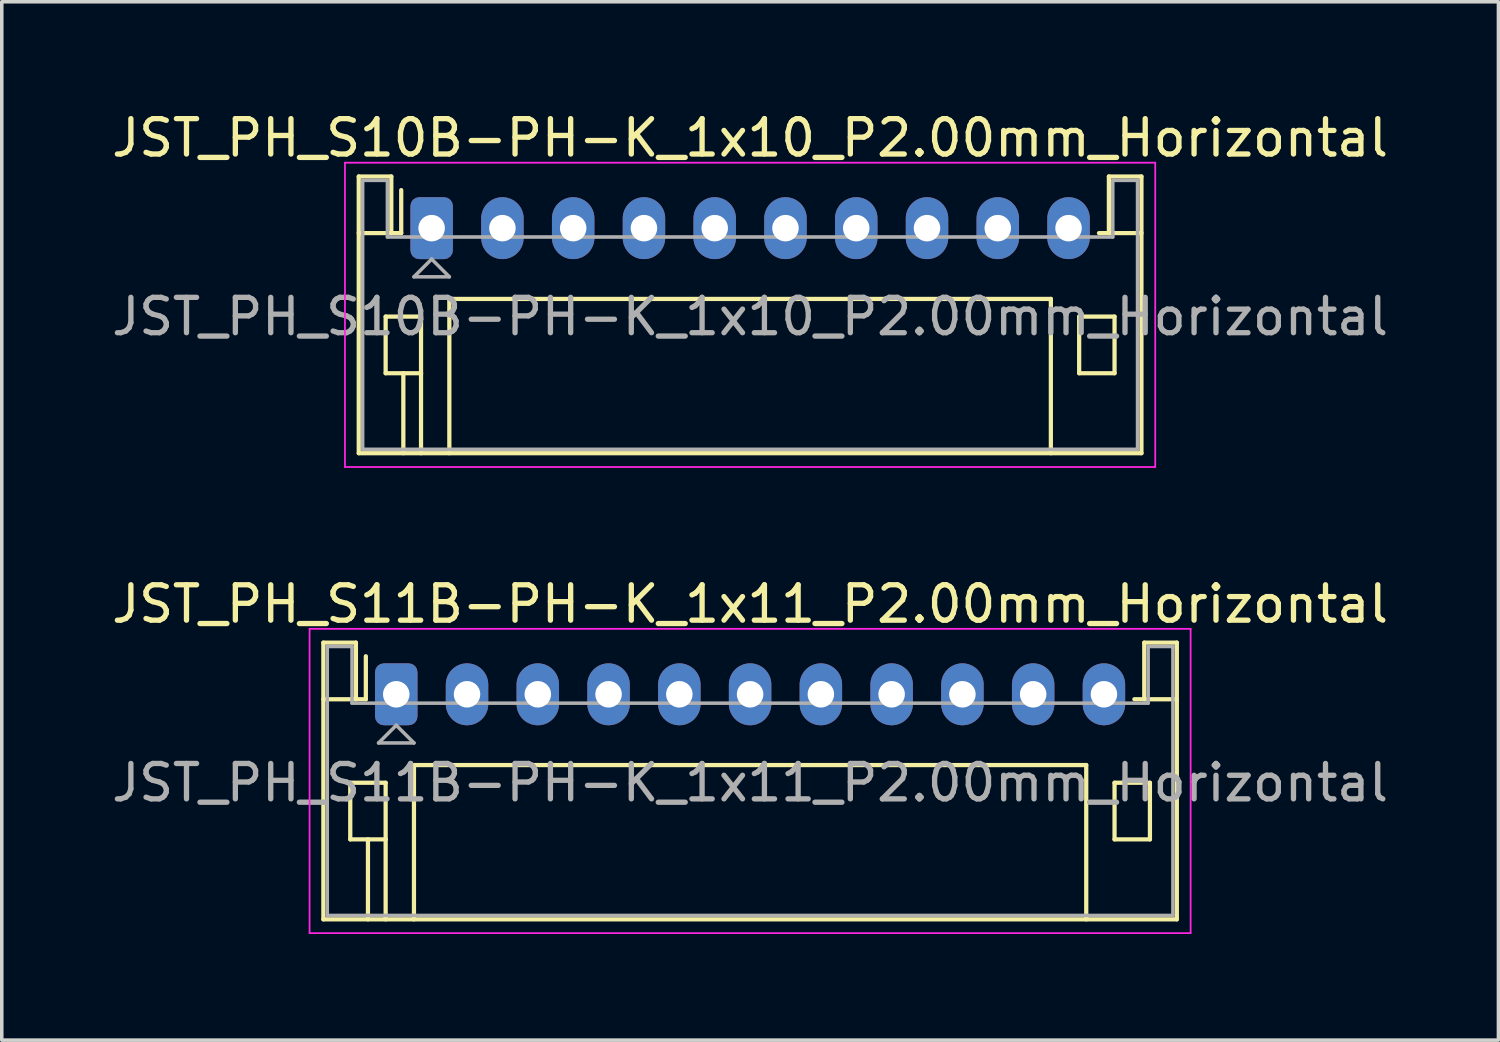
<source format=kicad_pcb>
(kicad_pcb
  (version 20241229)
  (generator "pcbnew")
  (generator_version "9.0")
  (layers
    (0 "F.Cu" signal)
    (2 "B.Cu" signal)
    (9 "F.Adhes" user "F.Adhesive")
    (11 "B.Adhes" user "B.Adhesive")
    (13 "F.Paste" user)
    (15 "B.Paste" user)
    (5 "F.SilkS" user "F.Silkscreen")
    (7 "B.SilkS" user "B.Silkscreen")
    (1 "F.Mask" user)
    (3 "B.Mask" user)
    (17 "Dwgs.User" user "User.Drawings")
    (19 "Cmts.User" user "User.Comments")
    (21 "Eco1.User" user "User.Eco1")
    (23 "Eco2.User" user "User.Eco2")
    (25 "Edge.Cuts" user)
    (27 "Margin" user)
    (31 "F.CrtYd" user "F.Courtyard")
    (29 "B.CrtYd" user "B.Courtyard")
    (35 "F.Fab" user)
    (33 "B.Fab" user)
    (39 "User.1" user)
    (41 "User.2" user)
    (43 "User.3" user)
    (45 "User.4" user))
  (footprint "JST_PH_S10B-PH-K_1x10_P2.00mm_Horizontal"
    (layer "F.Cu")
    (at 9.149 3.398)
    (property "Reference" "JST_PH_S10B-PH-K_1x10_P2.00mm_Horizontal" (at 9 -2.55 0) (layer "F.SilkS") (effects (font (size 1 1) (thickness 0.15))))
    (attr through_hole)
    (fp_line (start -2.06 -1.46) (end -2.06 6.36) (stroke (width 0.12) (type solid)) (layer "F.SilkS"))
    (fp_line (start -2.06 0.14) (end -1.14 0.14) (stroke (width 0.12) (type solid)) (layer "F.SilkS"))
    (fp_line (start -2.06 6.36) (end 20.06 6.36) (stroke (width 0.12) (type solid)) (layer "F.SilkS"))
    (fp_line (start -1.3 2.5) (end -1.3 4.1) (stroke (width 0.12) (type solid)) (layer "F.SilkS"))
    (fp_line (start -1.3 4.1) (end -0.3 4.1) (stroke (width 0.12) (type solid)) (layer "F.SilkS"))
    (fp_line (start -1.14 -1.46) (end -2.06 -1.46) (stroke (width 0.12) (type solid)) (layer "F.SilkS"))
    (fp_line (start -1.14 0.14) (end -1.14 -1.46) (stroke (width 0.12) (type solid)) (layer "F.SilkS"))
    (fp_line (start -0.86 0.14) (end -1.14 0.14) (stroke (width 0.12) (type solid)) (layer "F.SilkS"))
    (fp_line (start -0.86 0.14) (end -0.86 -1.075) (stroke (width 0.12) (type solid)) (layer "F.SilkS"))
    (fp_line (start -0.8 4.1) (end -0.8 6.36) (stroke (width 0.12) (type solid)) (layer "F.SilkS"))
    (fp_line (start -0.3 2.5) (end -1.3 2.5) (stroke (width 0.12) (type solid)) (layer "F.SilkS"))
    (fp_line (start -0.3 4.1) (end -0.3 2.5) (stroke (width 0.12) (type solid)) (layer "F.SilkS"))
    (fp_line (start -0.3 4.1) (end -0.3 6.36) (stroke (width 0.12) (type solid)) (layer "F.SilkS"))
    (fp_line (start 0.5 2) (end 17.5 2) (stroke (width 0.12) (type solid)) (layer "F.SilkS"))
    (fp_line (start 0.5 6.36) (end 0.5 2) (stroke (width 0.12) (type solid)) (layer "F.SilkS"))
    (fp_line (start 17.5 2) (end 17.5 6.36) (stroke (width 0.12) (type solid)) (layer "F.SilkS"))
    (fp_line (start 18.3 2.5) (end 19.3 2.5) (stroke (width 0.12) (type solid)) (layer "F.SilkS"))
    (fp_line (start 18.3 4.1) (end 18.3 2.5) (stroke (width 0.12) (type solid)) (layer "F.SilkS"))
    (fp_line (start 19.14 -1.46) (end 19.14 0.14) (stroke (width 0.12) (type solid)) (layer "F.SilkS"))
    (fp_line (start 19.14 0.14) (end 18.86 0.14) (stroke (width 0.12) (type solid)) (layer "F.SilkS"))
    (fp_line (start 19.3 2.5) (end 19.3 4.1) (stroke (width 0.12) (type solid)) (layer "F.SilkS"))
    (fp_line (start 19.3 4.1) (end 18.3 4.1) (stroke (width 0.12) (type solid)) (layer "F.SilkS"))
    (fp_line (start 20.06 -1.46) (end 19.14 -1.46) (stroke (width 0.12) (type solid)) (layer "F.SilkS"))
    (fp_line (start 20.06 0.14) (end 19.14 0.14) (stroke (width 0.12) (type solid)) (layer "F.SilkS"))
    (fp_line (start 20.06 6.36) (end 20.06 -1.46) (stroke (width 0.12) (type solid)) (layer "F.SilkS"))
    (fp_line (start -2.45 -1.85) (end -2.45 6.75) (stroke (width 0.05) (type solid)) (layer "F.CrtYd"))
    (fp_line (start -2.45 6.75) (end 20.45 6.75) (stroke (width 0.05) (type solid)) (layer "F.CrtYd"))
    (fp_line (start 20.45 -1.85) (end -2.45 -1.85) (stroke (width 0.05) (type solid)) (layer "F.CrtYd"))
    (fp_line (start 20.45 6.75) (end 20.45 -1.85) (stroke (width 0.05) (type solid)) (layer "F.CrtYd"))
    (fp_line (start -1.95 -1.35) (end -1.95 6.25) (stroke (width 0.1) (type solid)) (layer "F.Fab"))
    (fp_line (start -1.95 6.25) (end 19.95 6.25) (stroke (width 0.1) (type solid)) (layer "F.Fab"))
    (fp_line (start -1.25 -1.35) (end -1.95 -1.35) (stroke (width 0.1) (type solid)) (layer "F.Fab"))
    (fp_line (start -1.25 0.25) (end -1.25 -1.35) (stroke (width 0.1) (type solid)) (layer "F.Fab"))
    (fp_line (start -0.5 1.375) (end 0.5 1.375) (stroke (width 0.1) (type solid)) (layer "F.Fab"))
    (fp_line (start 0 0.875) (end -0.5 1.375) (stroke (width 0.1) (type solid)) (layer "F.Fab"))
    (fp_line (start 0.5 1.375) (end 0 0.875) (stroke (width 0.1) (type solid)) (layer "F.Fab"))
    (fp_line (start 19.25 -1.35) (end 19.25 0.25) (stroke (width 0.1) (type solid)) (layer "F.Fab"))
    (fp_line (start 19.25 0.25) (end -1.25 0.25) (stroke (width 0.1) (type solid)) (layer "F.Fab"))
    (fp_line (start 19.95 -1.35) (end 19.25 -1.35) (stroke (width 0.1) (type solid)) (layer "F.Fab"))
    (fp_line (start 19.95 6.25) (end 19.95 -1.35) (stroke (width 0.1) (type solid)) (layer "F.Fab"))
    (fp_text user "${REFERENCE}" (at 9 2.5 0) (layer "F.Fab") (effects (font (size 1 1) (thickness 0.15))))
    (pad "1" thru_hole roundrect (at 0 0) (size 1.2 1.75) (drill 0.75) (layers "*.Cu" "*.Mask") (roundrect_rratio 0.208))
    (pad "2" thru_hole oval (at 2 0) (size 1.2 1.75) (drill 0.75) (layers "*.Cu" "*.Mask"))
    (pad "3" thru_hole oval (at 4 0) (size 1.2 1.75) (drill 0.75) (layers "*.Cu" "*.Mask"))
    (pad "4" thru_hole oval (at 6 0) (size 1.2 1.75) (drill 0.75) (layers "*.Cu" "*.Mask"))
    (pad "5" thru_hole oval (at 8 0) (size 1.2 1.75) (drill 0.75) (layers "*.Cu" "*.Mask"))
    (pad "6" thru_hole oval (at 10 0) (size 1.2 1.75) (drill 0.75) (layers "*.Cu" "*.Mask"))
    (pad "7" thru_hole oval (at 12 0) (size 1.2 1.75) (drill 0.75) (layers "*.Cu" "*.Mask"))
    (pad "8" thru_hole oval (at 14 0) (size 1.2 1.75) (drill 0.75) (layers "*.Cu" "*.Mask"))
    (pad "9" thru_hole oval (at 16 0) (size 1.2 1.75) (drill 0.75) (layers "*.Cu" "*.Mask"))
    (pad "10" thru_hole oval (at 18 0) (size 1.2 1.75) (drill 0.75) (layers "*.Cu" "*.Mask")))
  (footprint "JST_PH_S11B-PH-K_1x11_P2.00mm_Horizontal"
    (layer "F.Cu")
    (at 8.149 16.572)
    (property "Reference" "JST_PH_S11B-PH-K_1x11_P2.00mm_Horizontal" (at 10 -2.55 0) (layer "F.SilkS") (effects (font (size 1 1) (thickness 0.15))))
    (attr through_hole)
    (fp_line (start -2.06 -1.46) (end -2.06 6.36) (stroke (width 0.12) (type solid)) (layer "F.SilkS"))
    (fp_line (start -2.06 0.14) (end -1.14 0.14) (stroke (width 0.12) (type solid)) (layer "F.SilkS"))
    (fp_line (start -2.06 6.36) (end 22.06 6.36) (stroke (width 0.12) (type solid)) (layer "F.SilkS"))
    (fp_line (start -1.3 2.5) (end -1.3 4.1) (stroke (width 0.12) (type solid)) (layer "F.SilkS"))
    (fp_line (start -1.3 4.1) (end -0.3 4.1) (stroke (width 0.12) (type solid)) (layer "F.SilkS"))
    (fp_line (start -1.14 -1.46) (end -2.06 -1.46) (stroke (width 0.12) (type solid)) (layer "F.SilkS"))
    (fp_line (start -1.14 0.14) (end -1.14 -1.46) (stroke (width 0.12) (type solid)) (layer "F.SilkS"))
    (fp_line (start -0.86 0.14) (end -1.14 0.14) (stroke (width 0.12) (type solid)) (layer "F.SilkS"))
    (fp_line (start -0.86 0.14) (end -0.86 -1.075) (stroke (width 0.12) (type solid)) (layer "F.SilkS"))
    (fp_line (start -0.8 4.1) (end -0.8 6.36) (stroke (width 0.12) (type solid)) (layer "F.SilkS"))
    (fp_line (start -0.3 2.5) (end -1.3 2.5) (stroke (width 0.12) (type solid)) (layer "F.SilkS"))
    (fp_line (start -0.3 4.1) (end -0.3 2.5) (stroke (width 0.12) (type solid)) (layer "F.SilkS"))
    (fp_line (start -0.3 4.1) (end -0.3 6.36) (stroke (width 0.12) (type solid)) (layer "F.SilkS"))
    (fp_line (start 0.5 2) (end 19.5 2) (stroke (width 0.12) (type solid)) (layer "F.SilkS"))
    (fp_line (start 0.5 6.36) (end 0.5 2) (stroke (width 0.12) (type solid)) (layer "F.SilkS"))
    (fp_line (start 19.5 2) (end 19.5 6.36) (stroke (width 0.12) (type solid)) (layer "F.SilkS"))
    (fp_line (start 20.3 2.5) (end 21.3 2.5) (stroke (width 0.12) (type solid)) (layer "F.SilkS"))
    (fp_line (start 20.3 4.1) (end 20.3 2.5) (stroke (width 0.12) (type solid)) (layer "F.SilkS"))
    (fp_line (start 21.14 -1.46) (end 21.14 0.14) (stroke (width 0.12) (type solid)) (layer "F.SilkS"))
    (fp_line (start 21.14 0.14) (end 20.86 0.14) (stroke (width 0.12) (type solid)) (layer "F.SilkS"))
    (fp_line (start 21.3 2.5) (end 21.3 4.1) (stroke (width 0.12) (type solid)) (layer "F.SilkS"))
    (fp_line (start 21.3 4.1) (end 20.3 4.1) (stroke (width 0.12) (type solid)) (layer "F.SilkS"))
    (fp_line (start 22.06 -1.46) (end 21.14 -1.46) (stroke (width 0.12) (type solid)) (layer "F.SilkS"))
    (fp_line (start 22.06 0.14) (end 21.14 0.14) (stroke (width 0.12) (type solid)) (layer "F.SilkS"))
    (fp_line (start 22.06 6.36) (end 22.06 -1.46) (stroke (width 0.12) (type solid)) (layer "F.SilkS"))
    (fp_line (start -2.45 -1.85) (end -2.45 6.75) (stroke (width 0.05) (type solid)) (layer "F.CrtYd"))
    (fp_line (start -2.45 6.75) (end 22.45 6.75) (stroke (width 0.05) (type solid)) (layer "F.CrtYd"))
    (fp_line (start 22.45 -1.85) (end -2.45 -1.85) (stroke (width 0.05) (type solid)) (layer "F.CrtYd"))
    (fp_line (start 22.45 6.75) (end 22.45 -1.85) (stroke (width 0.05) (type solid)) (layer "F.CrtYd"))
    (fp_line (start -1.95 -1.35) (end -1.95 6.25) (stroke (width 0.1) (type solid)) (layer "F.Fab"))
    (fp_line (start -1.95 6.25) (end 21.95 6.25) (stroke (width 0.1) (type solid)) (layer "F.Fab"))
    (fp_line (start -1.25 -1.35) (end -1.95 -1.35) (stroke (width 0.1) (type solid)) (layer "F.Fab"))
    (fp_line (start -1.25 0.25) (end -1.25 -1.35) (stroke (width 0.1) (type solid)) (layer "F.Fab"))
    (fp_line (start -0.5 1.375) (end 0.5 1.375) (stroke (width 0.1) (type solid)) (layer "F.Fab"))
    (fp_line (start 0 0.875) (end -0.5 1.375) (stroke (width 0.1) (type solid)) (layer "F.Fab"))
    (fp_line (start 0.5 1.375) (end 0 0.875) (stroke (width 0.1) (type solid)) (layer "F.Fab"))
    (fp_line (start 21.25 -1.35) (end 21.25 0.25) (stroke (width 0.1) (type solid)) (layer "F.Fab"))
    (fp_line (start 21.25 0.25) (end -1.25 0.25) (stroke (width 0.1) (type solid)) (layer "F.Fab"))
    (fp_line (start 21.95 -1.35) (end 21.25 -1.35) (stroke (width 0.1) (type solid)) (layer "F.Fab"))
    (fp_line (start 21.95 6.25) (end 21.95 -1.35) (stroke (width 0.1) (type solid)) (layer "F.Fab"))
    (fp_text user "${REFERENCE}" (at 10 2.5 0) (layer "F.Fab") (effects (font (size 1 1) (thickness 0.15))))
    (pad "1" thru_hole roundrect (at 0 0) (size 1.2 1.75) (drill 0.75) (layers "*.Cu" "*.Mask") (roundrect_rratio 0.208))
    (pad "2" thru_hole oval (at 2 0) (size 1.2 1.75) (drill 0.75) (layers "*.Cu" "*.Mask"))
    (pad "3" thru_hole oval (at 4 0) (size 1.2 1.75) (drill 0.75) (layers "*.Cu" "*.Mask"))
    (pad "4" thru_hole oval (at 6 0) (size 1.2 1.75) (drill 0.75) (layers "*.Cu" "*.Mask"))
    (pad "5" thru_hole oval (at 8 0) (size 1.2 1.75) (drill 0.75) (layers "*.Cu" "*.Mask"))
    (pad "6" thru_hole oval (at 10 0) (size 1.2 1.75) (drill 0.75) (layers "*.Cu" "*.Mask"))
    (pad "7" thru_hole oval (at 12 0) (size 1.2 1.75) (drill 0.75) (layers "*.Cu" "*.Mask"))
    (pad "8" thru_hole oval (at 14 0) (size 1.2 1.75) (drill 0.75) (layers "*.Cu" "*.Mask"))
    (pad "9" thru_hole oval (at 16 0) (size 1.2 1.75) (drill 0.75) (layers "*.Cu" "*.Mask"))
    (pad "10" thru_hole oval (at 18 0) (size 1.2 1.75) (drill 0.75) (layers "*.Cu" "*.Mask"))
    (pad "11" thru_hole oval (at 20 0) (size 1.2 1.75) (drill 0.75) (layers "*.Cu" "*.Mask")))
  (gr_rect
    (start -3 -3)
    (end 39.298 26.346)
    (stroke (width 0.1) (type default))
    (fill no)
    (layer "Edge.Cuts")))
</source>
